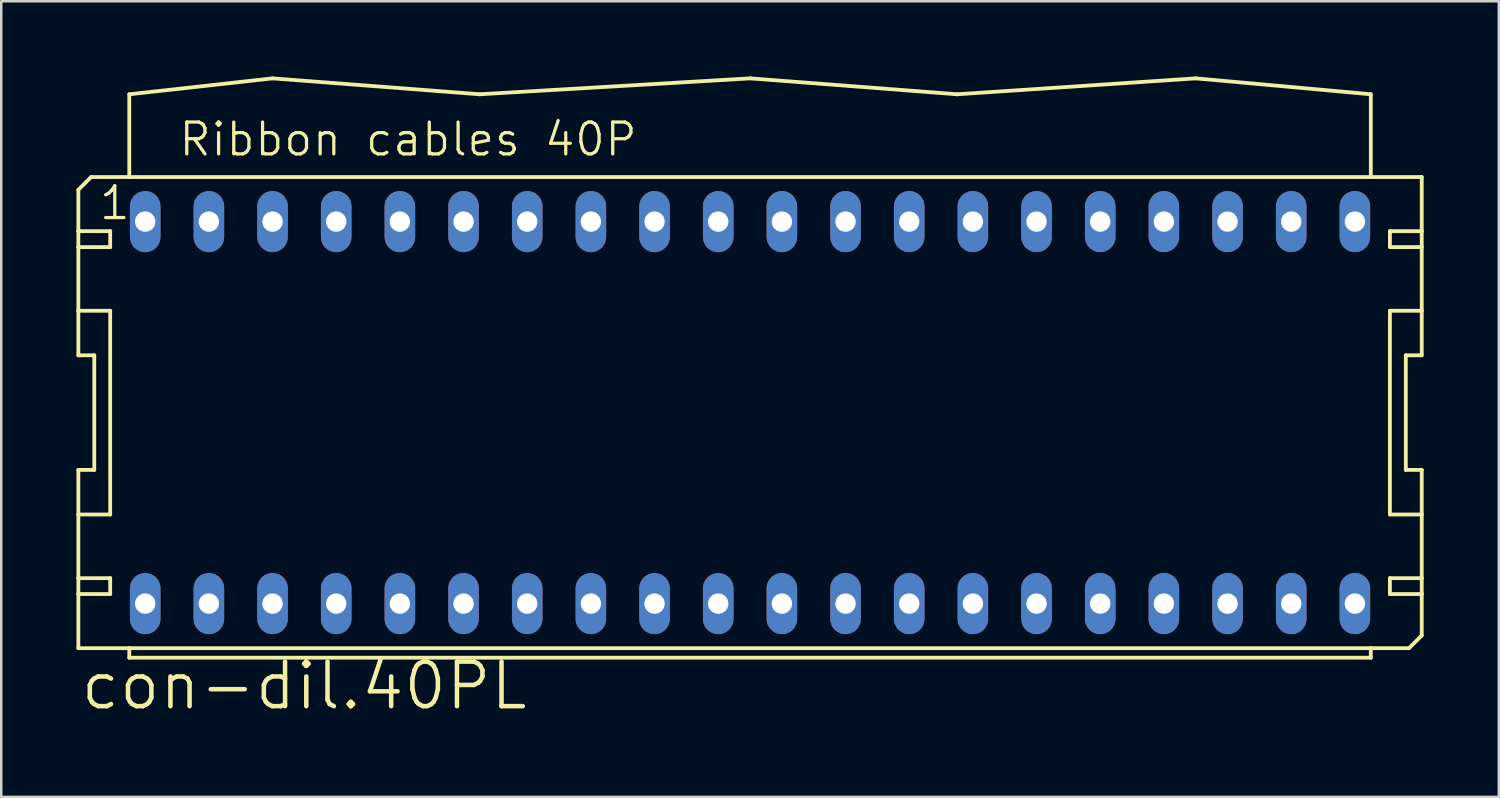
<source format=kicad_pcb>
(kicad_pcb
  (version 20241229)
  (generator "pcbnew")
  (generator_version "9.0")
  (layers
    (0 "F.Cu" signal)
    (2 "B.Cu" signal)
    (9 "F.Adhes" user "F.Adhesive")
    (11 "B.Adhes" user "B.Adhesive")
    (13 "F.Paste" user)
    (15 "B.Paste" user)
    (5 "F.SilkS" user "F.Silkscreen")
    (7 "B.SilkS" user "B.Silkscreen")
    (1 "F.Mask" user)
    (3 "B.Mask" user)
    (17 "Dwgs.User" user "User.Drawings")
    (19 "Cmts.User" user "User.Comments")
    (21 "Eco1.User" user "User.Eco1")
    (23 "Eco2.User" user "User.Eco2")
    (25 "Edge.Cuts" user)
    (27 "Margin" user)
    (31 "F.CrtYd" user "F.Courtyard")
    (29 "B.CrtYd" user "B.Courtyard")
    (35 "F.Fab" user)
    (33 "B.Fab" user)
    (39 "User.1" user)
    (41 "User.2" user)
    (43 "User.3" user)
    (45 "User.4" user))
  (footprint "con-dil.40PL"
    (layer "F.Cu")
    (at 26.873 13.411)
    (property "Reference" "con-dil.40PL" (at -26.797 11.938 0) (layer "F.SilkS") (effects (font (size 1.778 1.778) (thickness 0.18)) (justify left bottom)))
    (attr through_hole)
    (fp_line (start -26.797 -8.89) (end -26.797 -7.239) (stroke (width 0.152) (type default)) (layer "F.SilkS"))
    (fp_line (start -26.797 -7.239) (end -25.527 -7.239) (stroke (width 0.152) (type default)) (layer "F.SilkS"))
    (fp_line (start -26.797 -6.604) (end -26.797 -7.239) (stroke (width 0.152) (type default)) (layer "F.SilkS"))
    (fp_line (start -26.797 -6.604) (end -26.797 -4.064) (stroke (width 0.152) (type default)) (layer "F.SilkS"))
    (fp_line (start -26.797 -6.604) (end -25.527 -6.604) (stroke (width 0.152) (type default)) (layer "F.SilkS"))
    (fp_line (start -26.797 -4.064) (end -26.797 -2.286) (stroke (width 0.152) (type default)) (layer "F.SilkS"))
    (fp_line (start -26.797 -4.064) (end -25.527 -4.064) (stroke (width 0.152) (type default)) (layer "F.SilkS"))
    (fp_line (start -26.797 -2.286) (end -26.162 -2.286) (stroke (width 0.152) (type default)) (layer "F.SilkS"))
    (fp_line (start -26.797 2.286) (end -26.797 4.064) (stroke (width 0.152) (type default)) (layer "F.SilkS"))
    (fp_line (start -26.797 4.064) (end -26.797 6.604) (stroke (width 0.152) (type default)) (layer "F.SilkS"))
    (fp_line (start -26.797 6.604) (end -26.797 7.239) (stroke (width 0.152) (type default)) (layer "F.SilkS"))
    (fp_line (start -26.797 6.604) (end -25.527 6.604) (stroke (width 0.152) (type default)) (layer "F.SilkS"))
    (fp_line (start -26.797 7.239) (end -26.797 9.398) (stroke (width 0.152) (type default)) (layer "F.SilkS"))
    (fp_line (start -26.289 -9.398) (end -26.797 -8.89) (stroke (width 0.152) (type default)) (layer "F.SilkS"))
    (fp_line (start -26.289 -9.398) (end -24.765 -9.398) (stroke (width 0.152) (type default)) (layer "F.SilkS"))
    (fp_line (start -26.162 2.286) (end -26.797 2.286) (stroke (width 0.152) (type default)) (layer "F.SilkS"))
    (fp_line (start -26.162 2.286) (end -26.162 -2.286) (stroke (width 0.152) (type default)) (layer "F.SilkS"))
    (fp_line (start -25.527 -6.604) (end -25.527 -7.239) (stroke (width 0.152) (type default)) (layer "F.SilkS"))
    (fp_line (start -25.527 4.064) (end -26.797 4.064) (stroke (width 0.152) (type default)) (layer "F.SilkS"))
    (fp_line (start -25.527 4.064) (end -25.527 -4.064) (stroke (width 0.152) (type default)) (layer "F.SilkS"))
    (fp_line (start -25.527 7.239) (end -26.797 7.239) (stroke (width 0.152) (type default)) (layer "F.SilkS"))
    (fp_line (start -25.527 7.239) (end -25.527 6.604) (stroke (width 0.152) (type default)) (layer "F.SilkS"))
    (fp_line (start -24.765 -12.7) (end -24.765 -9.398) (stroke (width 0.152) (type default)) (layer "F.SilkS"))
    (fp_line (start -24.765 -12.7) (end -19.05 -13.335) (stroke (width 0.152) (type default)) (layer "F.SilkS"))
    (fp_line (start -24.765 -9.398) (end 24.765 -9.398) (stroke (width 0.152) (type default)) (layer "F.SilkS"))
    (fp_line (start -24.765 9.398) (end -26.797 9.398) (stroke (width 0.152) (type default)) (layer "F.SilkS"))
    (fp_line (start -24.765 9.779) (end -24.765 9.398) (stroke (width 0.152) (type default)) (layer "F.SilkS"))
    (fp_line (start -24.765 9.779) (end 24.765 9.779) (stroke (width 0.152) (type default)) (layer "F.SilkS"))
    (fp_line (start -19.05 -13.335) (end -10.795 -12.7) (stroke (width 0.152) (type default)) (layer "F.SilkS"))
    (fp_line (start 0 -13.335) (end -10.795 -12.7) (stroke (width 0.152) (type default)) (layer "F.SilkS"))
    (fp_line (start 8.255 -12.7) (end 0 -13.335) (stroke (width 0.152) (type default)) (layer "F.SilkS"))
    (fp_line (start 17.78 -13.335) (end 8.255 -12.7) (stroke (width 0.152) (type default)) (layer "F.SilkS"))
    (fp_line (start 17.78 -13.335) (end 24.765 -12.7) (stroke (width 0.152) (type default)) (layer "F.SilkS"))
    (fp_line (start 24.765 -9.398) (end 24.765 -12.7) (stroke (width 0.152) (type default)) (layer "F.SilkS"))
    (fp_line (start 24.765 -9.398) (end 26.797 -9.398) (stroke (width 0.152) (type default)) (layer "F.SilkS"))
    (fp_line (start 24.765 9.398) (end -24.765 9.398) (stroke (width 0.152) (type default)) (layer "F.SilkS"))
    (fp_line (start 24.765 9.779) (end 24.765 9.398) (stroke (width 0.152) (type default)) (layer "F.SilkS"))
    (fp_line (start 25.527 -7.239) (end 25.527 -6.604) (stroke (width 0.152) (type default)) (layer "F.SilkS"))
    (fp_line (start 25.527 -7.239) (end 26.797 -7.239) (stroke (width 0.152) (type default)) (layer "F.SilkS"))
    (fp_line (start 25.527 -4.064) (end 25.527 4.064) (stroke (width 0.152) (type default)) (layer "F.SilkS"))
    (fp_line (start 25.527 -4.064) (end 26.797 -4.064) (stroke (width 0.152) (type default)) (layer "F.SilkS"))
    (fp_line (start 25.527 6.604) (end 25.527 7.239) (stroke (width 0.152) (type default)) (layer "F.SilkS"))
    (fp_line (start 25.527 6.604) (end 26.797 6.604) (stroke (width 0.152) (type default)) (layer "F.SilkS"))
    (fp_line (start 26.162 -2.286) (end 26.162 2.286) (stroke (width 0.152) (type default)) (layer "F.SilkS"))
    (fp_line (start 26.162 -2.286) (end 26.797 -2.286) (stroke (width 0.152) (type default)) (layer "F.SilkS"))
    (fp_line (start 26.289 9.398) (end 24.765 9.398) (stroke (width 0.152) (type default)) (layer "F.SilkS"))
    (fp_line (start 26.797 -9.398) (end 26.797 -7.239) (stroke (width 0.152) (type default)) (layer "F.SilkS"))
    (fp_line (start 26.797 -7.239) (end 26.797 -6.604) (stroke (width 0.152) (type default)) (layer "F.SilkS"))
    (fp_line (start 26.797 -6.604) (end 25.527 -6.604) (stroke (width 0.152) (type default)) (layer "F.SilkS"))
    (fp_line (start 26.797 -6.604) (end 26.797 -4.064) (stroke (width 0.152) (type default)) (layer "F.SilkS"))
    (fp_line (start 26.797 -4.064) (end 26.797 -2.286) (stroke (width 0.152) (type default)) (layer "F.SilkS"))
    (fp_line (start 26.797 2.286) (end 26.162 2.286) (stroke (width 0.152) (type default)) (layer "F.SilkS"))
    (fp_line (start 26.797 2.286) (end 26.797 4.064) (stroke (width 0.152) (type default)) (layer "F.SilkS"))
    (fp_line (start 26.797 4.064) (end 25.527 4.064) (stroke (width 0.152) (type default)) (layer "F.SilkS"))
    (fp_line (start 26.797 4.064) (end 26.797 6.604) (stroke (width 0.152) (type default)) (layer "F.SilkS"))
    (fp_line (start 26.797 6.604) (end 26.797 7.239) (stroke (width 0.152) (type default)) (layer "F.SilkS"))
    (fp_line (start 26.797 7.239) (end 25.527 7.239) (stroke (width 0.152) (type default)) (layer "F.SilkS"))
    (fp_line (start 26.797 7.239) (end 26.797 8.89) (stroke (width 0.152) (type default)) (layer "F.SilkS"))
    (fp_line (start 26.797 8.89) (end 26.289 9.398) (stroke (width 0.152) (type default)) (layer "F.SilkS"))
    (fp_text user "Ribbon cables 40P" (at -22.86 -10.16 0) (layer "F.SilkS") (effects (font (size 1.27 1.27) (thickness 0.13)) (justify left bottom)))
    (fp_text user "1" (at -26.035 -7.62 0) (layer "F.SilkS") (effects (font (size 1.27 1.27) (thickness 0.13)) (justify left bottom)))
    (pad "1" thru_hole oval (at -24.13 -7.62 90) (size 2.438 1.219) (drill 0.813) (layers "*.Cu" "*.Mask"))
    (pad "2" thru_hole oval (at -24.13 7.62 90) (size 2.438 1.219) (drill 0.813) (layers "*.Cu" "*.Mask"))
    (pad "3" thru_hole oval (at -21.59 -7.62 90) (size 2.438 1.219) (drill 0.813) (layers "*.Cu" "*.Mask"))
    (pad "4" thru_hole oval (at -21.59 7.62 90) (size 2.438 1.219) (drill 0.813) (layers "*.Cu" "*.Mask"))
    (pad "5" thru_hole oval (at -19.05 -7.62 90) (size 2.438 1.219) (drill 0.813) (layers "*.Cu" "*.Mask"))
    (pad "6" thru_hole oval (at -19.05 7.62 90) (size 2.438 1.219) (drill 0.813) (layers "*.Cu" "*.Mask"))
    (pad "7" thru_hole oval (at -16.51 -7.62 90) (size 2.438 1.219) (drill 0.813) (layers "*.Cu" "*.Mask"))
    (pad "8" thru_hole oval (at -16.51 7.62 90) (size 2.438 1.219) (drill 0.813) (layers "*.Cu" "*.Mask"))
    (pad "9" thru_hole oval (at -13.97 -7.62 90) (size 2.438 1.219) (drill 0.813) (layers "*.Cu" "*.Mask"))
    (pad "10" thru_hole oval (at -13.97 7.62 90) (size 2.438 1.219) (drill 0.813) (layers "*.Cu" "*.Mask"))
    (pad "11" thru_hole oval (at -11.43 -7.62 90) (size 2.438 1.219) (drill 0.813) (layers "*.Cu" "*.Mask"))
    (pad "12" thru_hole oval (at -11.43 7.62 90) (size 2.438 1.219) (drill 0.813) (layers "*.Cu" "*.Mask"))
    (pad "13" thru_hole oval (at -8.89 -7.62 90) (size 2.438 1.219) (drill 0.813) (layers "*.Cu" "*.Mask"))
    (pad "14" thru_hole oval (at -8.89 7.62 90) (size 2.438 1.219) (drill 0.813) (layers "*.Cu" "*.Mask"))
    (pad "15" thru_hole oval (at -6.35 -7.62 90) (size 2.438 1.219) (drill 0.813) (layers "*.Cu" "*.Mask"))
    (pad "16" thru_hole oval (at -6.35 7.62 90) (size 2.438 1.219) (drill 0.813) (layers "*.Cu" "*.Mask"))
    (pad "17" thru_hole oval (at -3.81 -7.62 90) (size 2.438 1.219) (drill 0.813) (layers "*.Cu" "*.Mask"))
    (pad "18" thru_hole oval (at -3.81 7.62 90) (size 2.438 1.219) (drill 0.813) (layers "*.Cu" "*.Mask"))
    (pad "19" thru_hole oval (at -1.27 -7.62 90) (size 2.438 1.219) (drill 0.813) (layers "*.Cu" "*.Mask"))
    (pad "20" thru_hole oval (at -1.27 7.62 90) (size 2.438 1.219) (drill 0.813) (layers "*.Cu" "*.Mask"))
    (pad "21" thru_hole oval (at 1.27 -7.62 90) (size 2.438 1.219) (drill 0.813) (layers "*.Cu" "*.Mask"))
    (pad "22" thru_hole oval (at 1.27 7.62 90) (size 2.438 1.219) (drill 0.813) (layers "*.Cu" "*.Mask"))
    (pad "23" thru_hole oval (at 3.81 -7.62 90) (size 2.438 1.219) (drill 0.813) (layers "*.Cu" "*.Mask"))
    (pad "24" thru_hole oval (at 3.81 7.62 90) (size 2.438 1.219) (drill 0.813) (layers "*.Cu" "*.Mask"))
    (pad "25" thru_hole oval (at 6.35 -7.62 90) (size 2.438 1.219) (drill 0.813) (layers "*.Cu" "*.Mask"))
    (pad "26" thru_hole oval (at 6.35 7.62 90) (size 2.438 1.219) (drill 0.813) (layers "*.Cu" "*.Mask"))
    (pad "27" thru_hole oval (at 8.89 -7.62 90) (size 2.438 1.219) (drill 0.813) (layers "*.Cu" "*.Mask"))
    (pad "28" thru_hole oval (at 8.89 7.62 90) (size 2.438 1.219) (drill 0.813) (layers "*.Cu" "*.Mask"))
    (pad "29" thru_hole oval (at 11.43 -7.62 90) (size 2.438 1.219) (drill 0.813) (layers "*.Cu" "*.Mask"))
    (pad "30" thru_hole oval (at 11.43 7.62 90) (size 2.438 1.219) (drill 0.813) (layers "*.Cu" "*.Mask"))
    (pad "31" thru_hole oval (at 13.97 -7.62 90) (size 2.438 1.219) (drill 0.813) (layers "*.Cu" "*.Mask"))
    (pad "32" thru_hole oval (at 13.97 7.62 90) (size 2.438 1.219) (drill 0.813) (layers "*.Cu" "*.Mask"))
    (pad "33" thru_hole oval (at 16.51 -7.62 90) (size 2.438 1.219) (drill 0.813) (layers "*.Cu" "*.Mask"))
    (pad "34" thru_hole oval (at 16.51 7.62 90) (size 2.438 1.219) (drill 0.813) (layers "*.Cu" "*.Mask"))
    (pad "35" thru_hole oval (at 19.05 -7.62 90) (size 2.438 1.219) (drill 0.813) (layers "*.Cu" "*.Mask"))
    (pad "36" thru_hole oval (at 19.05 7.62 90) (size 2.438 1.219) (drill 0.813) (layers "*.Cu" "*.Mask"))
    (pad "37" thru_hole oval (at 21.59 -7.62 90) (size 2.438 1.219) (drill 0.813) (layers "*.Cu" "*.Mask"))
    (pad "38" thru_hole oval (at 21.59 7.62 90) (size 2.438 1.219) (drill 0.813) (layers "*.Cu" "*.Mask"))
    (pad "39" thru_hole oval (at 24.13 -7.62 90) (size 2.438 1.219) (drill 0.813) (layers "*.Cu" "*.Mask"))
    (pad "40" thru_hole oval (at 24.13 7.62 90) (size 2.438 1.219) (drill 0.813) (layers "*.Cu" "*.Mask")))
  (gr_rect
    (start -3 -3)
    (end 56.746 28.743)
    (stroke (width 0.1) (type default))
    (fill no)
    (layer "Edge.Cuts")))
</source>
